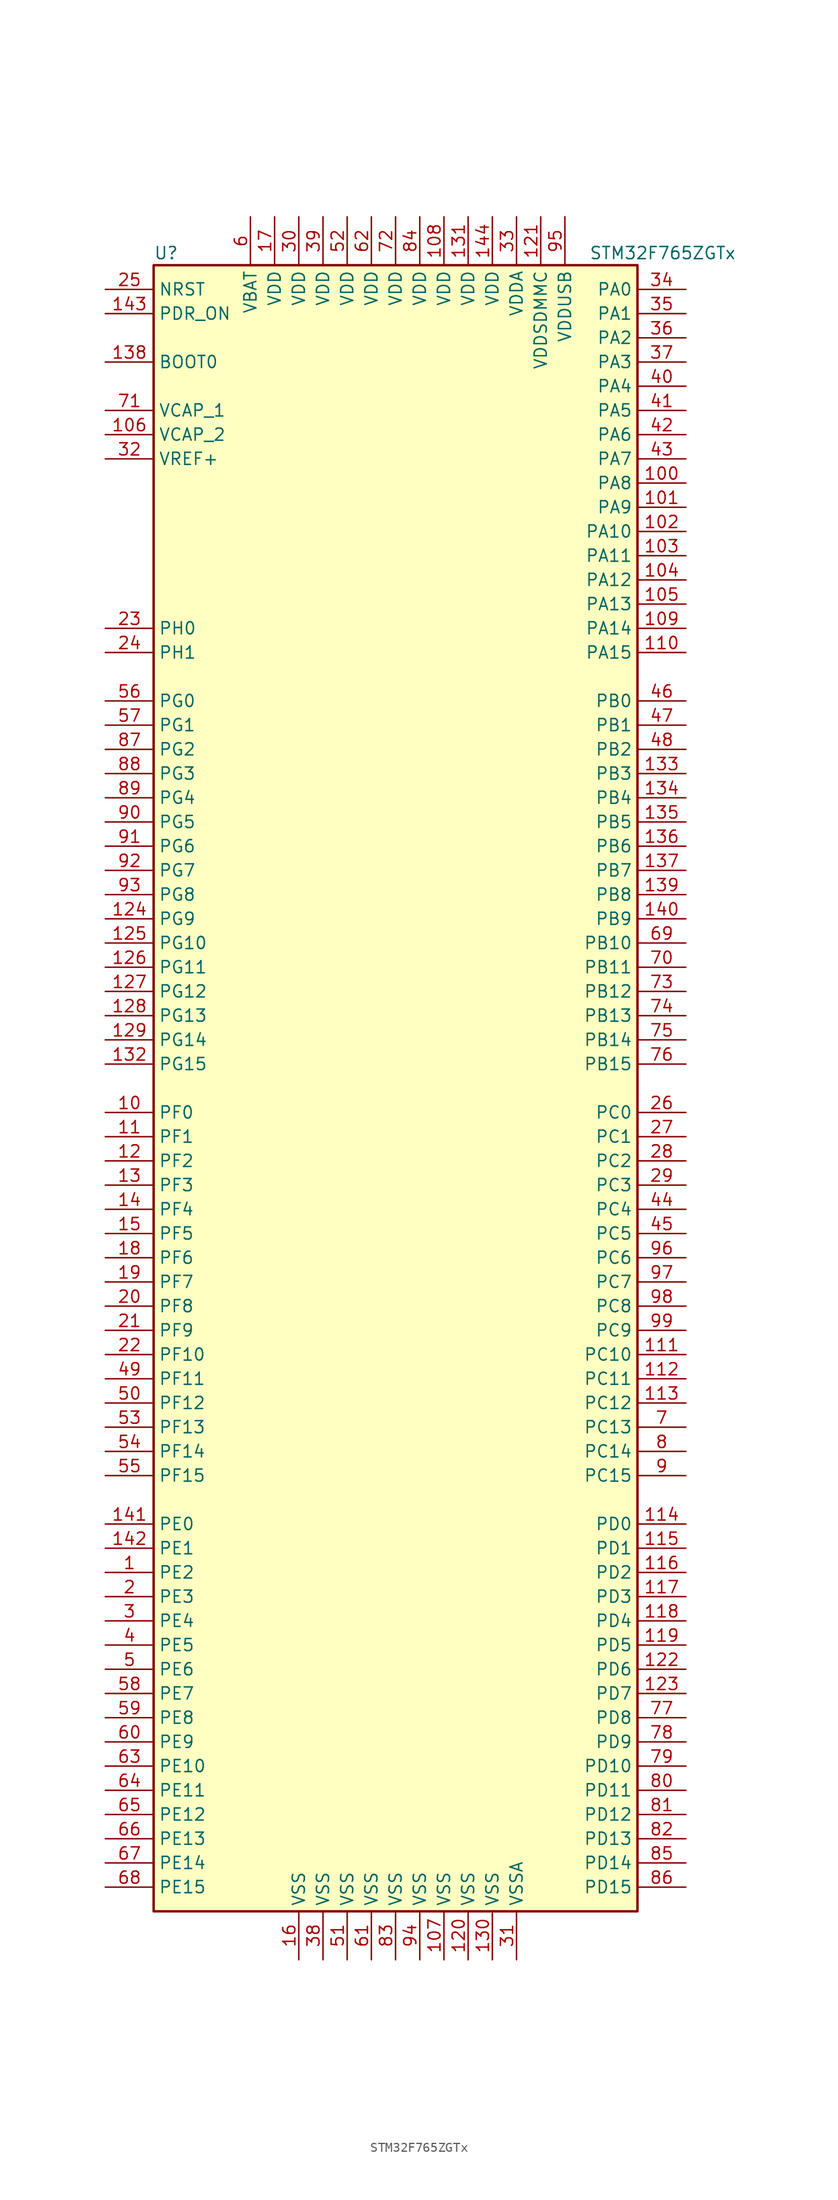
<source format=kicad_sym>
(kicad_symbol_lib
  (version 20220914)
  (generator kicad_symbol_editor)
  (symbol "STM32F765ZGTx"
    (property "Reference" "U"
      (at -25.4 87.63 0)
      (effects (font (size 1.27 1.27)) (justify left)))
    (property "Value" "STM32F765ZGTx"
      (at 20.32 87.63 0)
      (effects (font (size 1.27 1.27)) (justify left)))
    (symbol "STM32F765ZGTx_0_1"
      (rectangle (start -25.4 -86.36) (end 25.4 86.36) (stroke (width 0.254) (type default)) (fill (type background))))
    (symbol "STM32F765ZGTx_1_1"
      (pin bidirectional line (at -30.48 -50.8 0) (length 5.08) (name "PE2" (effects (font (size 1.27 1.27)))) (number "1" (effects (font (size 1.27 1.27)))))
      (pin bidirectional line (at -30.48 -2.54 0) (length 5.08) (name "PF0" (effects (font (size 1.27 1.27)))) (number "10" (effects (font (size 1.27 1.27)))))
      (pin bidirectional line (at 30.48 63.5 180) (length 5.08) (name "PA8" (effects (font (size 1.27 1.27)))) (number "100" (effects (font (size 1.27 1.27)))))
      (pin bidirectional line (at 30.48 60.96 180) (length 5.08) (name "PA9" (effects (font (size 1.27 1.27)))) (number "101" (effects (font (size 1.27 1.27)))))
      (pin bidirectional line (at 30.48 58.42 180) (length 5.08) (name "PA10" (effects (font (size 1.27 1.27)))) (number "102" (effects (font (size 1.27 1.27)))))
      (pin bidirectional line (at 30.48 55.88 180) (length 5.08) (name "PA11" (effects (font (size 1.27 1.27)))) (number "103" (effects (font (size 1.27 1.27)))))
      (pin bidirectional line (at 30.48 53.34 180) (length 5.08) (name "PA12" (effects (font (size 1.27 1.27)))) (number "104" (effects (font (size 1.27 1.27)))))
      (pin bidirectional line (at 30.48 50.8 180) (length 5.08) (name "PA13" (effects (font (size 1.27 1.27)))) (number "105" (effects (font (size 1.27 1.27)))))
      (pin power_in line (at -30.48 68.58 0) (length 5.08) (name "VCAP_2" (effects (font (size 1.27 1.27)))) (number "106" (effects (font (size 1.27 1.27)))))
      (pin power_in line (at 5.08 -91.44 90) (length 5.08) (name "VSS" (effects (font (size 1.27 1.27)))) (number "107" (effects (font (size 1.27 1.27)))))
      (pin power_in line (at 5.08 91.44 270) (length 5.08) (name "VDD" (effects (font (size 1.27 1.27)))) (number "108" (effects (font (size 1.27 1.27)))))
      (pin bidirectional line (at 30.48 48.26 180) (length 5.08) (name "PA14" (effects (font (size 1.27 1.27)))) (number "109" (effects (font (size 1.27 1.27)))))
      (pin bidirectional line (at -30.48 -5.08 0) (length 5.08) (name "PF1" (effects (font (size 1.27 1.27)))) (number "11" (effects (font (size 1.27 1.27)))))
      (pin bidirectional line (at 30.48 45.72 180) (length 5.08) (name "PA15" (effects (font (size 1.27 1.27)))) (number "110" (effects (font (size 1.27 1.27)))))
      (pin bidirectional line (at 30.48 -27.94 180) (length 5.08) (name "PC10" (effects (font (size 1.27 1.27)))) (number "111" (effects (font (size 1.27 1.27)))))
      (pin bidirectional line (at 30.48 -30.48 180) (length 5.08) (name "PC11" (effects (font (size 1.27 1.27)))) (number "112" (effects (font (size 1.27 1.27)))))
      (pin bidirectional line (at 30.48 -33.02 180) (length 5.08) (name "PC12" (effects (font (size 1.27 1.27)))) (number "113" (effects (font (size 1.27 1.27)))))
      (pin bidirectional line (at 30.48 -45.72 180) (length 5.08) (name "PD0" (effects (font (size 1.27 1.27)))) (number "114" (effects (font (size 1.27 1.27)))))
      (pin bidirectional line (at 30.48 -48.26 180) (length 5.08) (name "PD1" (effects (font (size 1.27 1.27)))) (number "115" (effects (font (size 1.27 1.27)))))
      (pin bidirectional line (at 30.48 -50.8 180) (length 5.08) (name "PD2" (effects (font (size 1.27 1.27)))) (number "116" (effects (font (size 1.27 1.27)))))
      (pin bidirectional line (at 30.48 -53.34 180) (length 5.08) (name "PD3" (effects (font (size 1.27 1.27)))) (number "117" (effects (font (size 1.27 1.27)))))
      (pin bidirectional line (at 30.48 -55.88 180) (length 5.08) (name "PD4" (effects (font (size 1.27 1.27)))) (number "118" (effects (font (size 1.27 1.27)))))
      (pin bidirectional line (at 30.48 -58.42 180) (length 5.08) (name "PD5" (effects (font (size 1.27 1.27)))) (number "119" (effects (font (size 1.27 1.27)))))
      (pin bidirectional line (at -30.48 -7.62 0) (length 5.08) (name "PF2" (effects (font (size 1.27 1.27)))) (number "12" (effects (font (size 1.27 1.27)))))
      (pin power_in line (at 7.62 -91.44 90) (length 5.08) (name "VSS" (effects (font (size 1.27 1.27)))) (number "120" (effects (font (size 1.27 1.27)))))
      (pin power_in line (at 15.24 91.44 270) (length 5.08) (name "VDDSDMMC" (effects (font (size 1.27 1.27)))) (number "121" (effects (font (size 1.27 1.27)))))
      (pin bidirectional line (at 30.48 -60.96 180) (length 5.08) (name "PD6" (effects (font (size 1.27 1.27)))) (number "122" (effects (font (size 1.27 1.27)))))
      (pin bidirectional line (at 30.48 -63.5 180) (length 5.08) (name "PD7" (effects (font (size 1.27 1.27)))) (number "123" (effects (font (size 1.27 1.27)))))
      (pin bidirectional line (at -30.48 17.78 0) (length 5.08) (name "PG9" (effects (font (size 1.27 1.27)))) (number "124" (effects (font (size 1.27 1.27)))))
      (pin bidirectional line (at -30.48 15.24 0) (length 5.08) (name "PG10" (effects (font (size 1.27 1.27)))) (number "125" (effects (font (size 1.27 1.27)))))
      (pin bidirectional line (at -30.48 12.7 0) (length 5.08) (name "PG11" (effects (font (size 1.27 1.27)))) (number "126" (effects (font (size 1.27 1.27)))))
      (pin bidirectional line (at -30.48 10.16 0) (length 5.08) (name "PG12" (effects (font (size 1.27 1.27)))) (number "127" (effects (font (size 1.27 1.27)))))
      (pin bidirectional line (at -30.48 7.62 0) (length 5.08) (name "PG13" (effects (font (size 1.27 1.27)))) (number "128" (effects (font (size 1.27 1.27)))))
      (pin bidirectional line (at -30.48 5.08 0) (length 5.08) (name "PG14" (effects (font (size 1.27 1.27)))) (number "129" (effects (font (size 1.27 1.27)))))
      (pin bidirectional line (at -30.48 -10.16 0) (length 5.08) (name "PF3" (effects (font (size 1.27 1.27)))) (number "13" (effects (font (size 1.27 1.27)))))
      (pin power_in line (at 10.16 -91.44 90) (length 5.08) (name "VSS" (effects (font (size 1.27 1.27)))) (number "130" (effects (font (size 1.27 1.27)))))
      (pin power_in line (at 7.62 91.44 270) (length 5.08) (name "VDD" (effects (font (size 1.27 1.27)))) (number "131" (effects (font (size 1.27 1.27)))))
      (pin bidirectional line (at -30.48 2.54 0) (length 5.08) (name "PG15" (effects (font (size 1.27 1.27)))) (number "132" (effects (font (size 1.27 1.27)))))
      (pin bidirectional line (at 30.48 33.02 180) (length 5.08) (name "PB3" (effects (font (size 1.27 1.27)))) (number "133" (effects (font (size 1.27 1.27)))))
      (pin bidirectional line (at 30.48 30.48 180) (length 5.08) (name "PB4" (effects (font (size 1.27 1.27)))) (number "134" (effects (font (size 1.27 1.27)))))
      (pin bidirectional line (at 30.48 27.94 180) (length 5.08) (name "PB5" (effects (font (size 1.27 1.27)))) (number "135" (effects (font (size 1.27 1.27)))))
      (pin bidirectional line (at 30.48 25.4 180) (length 5.08) (name "PB6" (effects (font (size 1.27 1.27)))) (number "136" (effects (font (size 1.27 1.27)))))
      (pin bidirectional line (at 30.48 22.86 180) (length 5.08) (name "PB7" (effects (font (size 1.27 1.27)))) (number "137" (effects (font (size 1.27 1.27)))))
      (pin input line (at -30.48 76.2 0) (length 5.08) (name "BOOT0" (effects (font (size 1.27 1.27)))) (number "138" (effects (font (size 1.27 1.27)))))
      (pin bidirectional line (at 30.48 20.32 180) (length 5.08) (name "PB8" (effects (font (size 1.27 1.27)))) (number "139" (effects (font (size 1.27 1.27)))))
      (pin bidirectional line (at -30.48 -12.7 0) (length 5.08) (name "PF4" (effects (font (size 1.27 1.27)))) (number "14" (effects (font (size 1.27 1.27)))))
      (pin bidirectional line (at 30.48 17.78 180) (length 5.08) (name "PB9" (effects (font (size 1.27 1.27)))) (number "140" (effects (font (size 1.27 1.27)))))
      (pin bidirectional line (at -30.48 -45.72 0) (length 5.08) (name "PE0" (effects (font (size 1.27 1.27)))) (number "141" (effects (font (size 1.27 1.27)))))
      (pin bidirectional line (at -30.48 -48.26 0) (length 5.08) (name "PE1" (effects (font (size 1.27 1.27)))) (number "142" (effects (font (size 1.27 1.27)))))
      (pin input line (at -30.48 81.28 0) (length 5.08) (name "PDR_ON" (effects (font (size 1.27 1.27)))) (number "143" (effects (font (size 1.27 1.27)))))
      (pin power_in line (at 10.16 91.44 270) (length 5.08) (name "VDD" (effects (font (size 1.27 1.27)))) (number "144" (effects (font (size 1.27 1.27)))))
      (pin bidirectional line (at -30.48 -15.24 0) (length 5.08) (name "PF5" (effects (font (size 1.27 1.27)))) (number "15" (effects (font (size 1.27 1.27)))))
      (pin power_in line (at -10.16 -91.44 90) (length 5.08) (name "VSS" (effects (font (size 1.27 1.27)))) (number "16" (effects (font (size 1.27 1.27)))))
      (pin power_in line (at -12.7 91.44 270) (length 5.08) (name "VDD" (effects (font (size 1.27 1.27)))) (number "17" (effects (font (size 1.27 1.27)))))
      (pin bidirectional line (at -30.48 -17.78 0) (length 5.08) (name "PF6" (effects (font (size 1.27 1.27)))) (number "18" (effects (font (size 1.27 1.27)))))
      (pin bidirectional line (at -30.48 -20.32 0) (length 5.08) (name "PF7" (effects (font (size 1.27 1.27)))) (number "19" (effects (font (size 1.27 1.27)))))
      (pin bidirectional line (at -30.48 -53.34 0) (length 5.08) (name "PE3" (effects (font (size 1.27 1.27)))) (number "2" (effects (font (size 1.27 1.27)))))
      (pin bidirectional line (at -30.48 -22.86 0) (length 5.08) (name "PF8" (effects (font (size 1.27 1.27)))) (number "20" (effects (font (size 1.27 1.27)))))
      (pin bidirectional line (at -30.48 -25.4 0) (length 5.08) (name "PF9" (effects (font (size 1.27 1.27)))) (number "21" (effects (font (size 1.27 1.27)))))
      (pin bidirectional line (at -30.48 -27.94 0) (length 5.08) (name "PF10" (effects (font (size 1.27 1.27)))) (number "22" (effects (font (size 1.27 1.27)))))
      (pin input line (at -30.48 48.26 0) (length 5.08) (name "PH0" (effects (font (size 1.27 1.27)))) (number "23" (effects (font (size 1.27 1.27)))))
      (pin input line (at -30.48 45.72 0) (length 5.08) (name "PH1" (effects (font (size 1.27 1.27)))) (number "24" (effects (font (size 1.27 1.27)))))
      (pin input line (at -30.48 83.82 0) (length 5.08) (name "NRST" (effects (font (size 1.27 1.27)))) (number "25" (effects (font (size 1.27 1.27)))))
      (pin bidirectional line (at 30.48 -2.54 180) (length 5.08) (name "PC0" (effects (font (size 1.27 1.27)))) (number "26" (effects (font (size 1.27 1.27)))))
      (pin bidirectional line (at 30.48 -5.08 180) (length 5.08) (name "PC1" (effects (font (size 1.27 1.27)))) (number "27" (effects (font (size 1.27 1.27)))))
      (pin bidirectional line (at 30.48 -7.62 180) (length 5.08) (name "PC2" (effects (font (size 1.27 1.27)))) (number "28" (effects (font (size 1.27 1.27)))))
      (pin bidirectional line (at 30.48 -10.16 180) (length 5.08) (name "PC3" (effects (font (size 1.27 1.27)))) (number "29" (effects (font (size 1.27 1.27)))))
      (pin bidirectional line (at -30.48 -55.88 0) (length 5.08) (name "PE4" (effects (font (size 1.27 1.27)))) (number "3" (effects (font (size 1.27 1.27)))))
      (pin power_in line (at -10.16 91.44 270) (length 5.08) (name "VDD" (effects (font (size 1.27 1.27)))) (number "30" (effects (font (size 1.27 1.27)))))
      (pin power_in line (at 12.7 -91.44 90) (length 5.08) (name "VSSA" (effects (font (size 1.27 1.27)))) (number "31" (effects (font (size 1.27 1.27)))))
      (pin power_in line (at -30.48 66.04 0) (length 5.08) (name "VREF+" (effects (font (size 1.27 1.27)))) (number "32" (effects (font (size 1.27 1.27)))))
      (pin power_in line (at 12.7 91.44 270) (length 5.08) (name "VDDA" (effects (font (size 1.27 1.27)))) (number "33" (effects (font (size 1.27 1.27)))))
      (pin bidirectional line (at 30.48 83.82 180) (length 5.08) (name "PA0" (effects (font (size 1.27 1.27)))) (number "34" (effects (font (size 1.27 1.27)))))
      (pin bidirectional line (at 30.48 81.28 180) (length 5.08) (name "PA1" (effects (font (size 1.27 1.27)))) (number "35" (effects (font (size 1.27 1.27)))))
      (pin bidirectional line (at 30.48 78.74 180) (length 5.08) (name "PA2" (effects (font (size 1.27 1.27)))) (number "36" (effects (font (size 1.27 1.27)))))
      (pin bidirectional line (at 30.48 76.2 180) (length 5.08) (name "PA3" (effects (font (size 1.27 1.27)))) (number "37" (effects (font (size 1.27 1.27)))))
      (pin power_in line (at -7.62 -91.44 90) (length 5.08) (name "VSS" (effects (font (size 1.27 1.27)))) (number "38" (effects (font (size 1.27 1.27)))))
      (pin power_in line (at -7.62 91.44 270) (length 5.08) (name "VDD" (effects (font (size 1.27 1.27)))) (number "39" (effects (font (size 1.27 1.27)))))
      (pin bidirectional line (at -30.48 -58.42 0) (length 5.08) (name "PE5" (effects (font (size 1.27 1.27)))) (number "4" (effects (font (size 1.27 1.27)))))
      (pin bidirectional line (at 30.48 73.66 180) (length 5.08) (name "PA4" (effects (font (size 1.27 1.27)))) (number "40" (effects (font (size 1.27 1.27)))))
      (pin bidirectional line (at 30.48 71.12 180) (length 5.08) (name "PA5" (effects (font (size 1.27 1.27)))) (number "41" (effects (font (size 1.27 1.27)))))
      (pin bidirectional line (at 30.48 68.58 180) (length 5.08) (name "PA6" (effects (font (size 1.27 1.27)))) (number "42" (effects (font (size 1.27 1.27)))))
      (pin bidirectional line (at 30.48 66.04 180) (length 5.08) (name "PA7" (effects (font (size 1.27 1.27)))) (number "43" (effects (font (size 1.27 1.27)))))
      (pin bidirectional line (at 30.48 -12.7 180) (length 5.08) (name "PC4" (effects (font (size 1.27 1.27)))) (number "44" (effects (font (size 1.27 1.27)))))
      (pin bidirectional line (at 30.48 -15.24 180) (length 5.08) (name "PC5" (effects (font (size 1.27 1.27)))) (number "45" (effects (font (size 1.27 1.27)))))
      (pin bidirectional line (at 30.48 40.64 180) (length 5.08) (name "PB0" (effects (font (size 1.27 1.27)))) (number "46" (effects (font (size 1.27 1.27)))))
      (pin bidirectional line (at 30.48 38.1 180) (length 5.08) (name "PB1" (effects (font (size 1.27 1.27)))) (number "47" (effects (font (size 1.27 1.27)))))
      (pin bidirectional line (at 30.48 35.56 180) (length 5.08) (name "PB2" (effects (font (size 1.27 1.27)))) (number "48" (effects (font (size 1.27 1.27)))))
      (pin bidirectional line (at -30.48 -30.48 0) (length 5.08) (name "PF11" (effects (font (size 1.27 1.27)))) (number "49" (effects (font (size 1.27 1.27)))))
      (pin bidirectional line (at -30.48 -60.96 0) (length 5.08) (name "PE6" (effects (font (size 1.27 1.27)))) (number "5" (effects (font (size 1.27 1.27)))))
      (pin bidirectional line (at -30.48 -33.02 0) (length 5.08) (name "PF12" (effects (font (size 1.27 1.27)))) (number "50" (effects (font (size 1.27 1.27)))))
      (pin power_in line (at -5.08 -91.44 90) (length 5.08) (name "VSS" (effects (font (size 1.27 1.27)))) (number "51" (effects (font (size 1.27 1.27)))))
      (pin power_in line (at -5.08 91.44 270) (length 5.08) (name "VDD" (effects (font (size 1.27 1.27)))) (number "52" (effects (font (size 1.27 1.27)))))
      (pin bidirectional line (at -30.48 -35.56 0) (length 5.08) (name "PF13" (effects (font (size 1.27 1.27)))) (number "53" (effects (font (size 1.27 1.27)))))
      (pin bidirectional line (at -30.48 -38.1 0) (length 5.08) (name "PF14" (effects (font (size 1.27 1.27)))) (number "54" (effects (font (size 1.27 1.27)))))
      (pin bidirectional line (at -30.48 -40.64 0) (length 5.08) (name "PF15" (effects (font (size 1.27 1.27)))) (number "55" (effects (font (size 1.27 1.27)))))
      (pin bidirectional line (at -30.48 40.64 0) (length 5.08) (name "PG0" (effects (font (size 1.27 1.27)))) (number "56" (effects (font (size 1.27 1.27)))))
      (pin bidirectional line (at -30.48 38.1 0) (length 5.08) (name "PG1" (effects (font (size 1.27 1.27)))) (number "57" (effects (font (size 1.27 1.27)))))
      (pin bidirectional line (at -30.48 -63.5 0) (length 5.08) (name "PE7" (effects (font (size 1.27 1.27)))) (number "58" (effects (font (size 1.27 1.27)))))
      (pin bidirectional line (at -30.48 -66.04 0) (length 5.08) (name "PE8" (effects (font (size 1.27 1.27)))) (number "59" (effects (font (size 1.27 1.27)))))
      (pin power_in line (at -15.24 91.44 270) (length 5.08) (name "VBAT" (effects (font (size 1.27 1.27)))) (number "6" (effects (font (size 1.27 1.27)))))
      (pin bidirectional line (at -30.48 -68.58 0) (length 5.08) (name "PE9" (effects (font (size 1.27 1.27)))) (number "60" (effects (font (size 1.27 1.27)))))
      (pin power_in line (at -2.54 -91.44 90) (length 5.08) (name "VSS" (effects (font (size 1.27 1.27)))) (number "61" (effects (font (size 1.27 1.27)))))
      (pin power_in line (at -2.54 91.44 270) (length 5.08) (name "VDD" (effects (font (size 1.27 1.27)))) (number "62" (effects (font (size 1.27 1.27)))))
      (pin bidirectional line (at -30.48 -71.12 0) (length 5.08) (name "PE10" (effects (font (size 1.27 1.27)))) (number "63" (effects (font (size 1.27 1.27)))))
      (pin bidirectional line (at -30.48 -73.66 0) (length 5.08) (name "PE11" (effects (font (size 1.27 1.27)))) (number "64" (effects (font (size 1.27 1.27)))))
      (pin bidirectional line (at -30.48 -76.2 0) (length 5.08) (name "PE12" (effects (font (size 1.27 1.27)))) (number "65" (effects (font (size 1.27 1.27)))))
      (pin bidirectional line (at -30.48 -78.74 0) (length 5.08) (name "PE13" (effects (font (size 1.27 1.27)))) (number "66" (effects (font (size 1.27 1.27)))))
      (pin bidirectional line (at -30.48 -81.28 0) (length 5.08) (name "PE14" (effects (font (size 1.27 1.27)))) (number "67" (effects (font (size 1.27 1.27)))))
      (pin bidirectional line (at -30.48 -83.82 0) (length 5.08) (name "PE15" (effects (font (size 1.27 1.27)))) (number "68" (effects (font (size 1.27 1.27)))))
      (pin bidirectional line (at 30.48 15.24 180) (length 5.08) (name "PB10" (effects (font (size 1.27 1.27)))) (number "69" (effects (font (size 1.27 1.27)))))
      (pin bidirectional line (at 30.48 -35.56 180) (length 5.08) (name "PC13" (effects (font (size 1.27 1.27)))) (number "7" (effects (font (size 1.27 1.27)))))
      (pin bidirectional line (at 30.48 12.7 180) (length 5.08) (name "PB11" (effects (font (size 1.27 1.27)))) (number "70" (effects (font (size 1.27 1.27)))))
      (pin power_in line (at -30.48 71.12 0) (length 5.08) (name "VCAP_1" (effects (font (size 1.27 1.27)))) (number "71" (effects (font (size 1.27 1.27)))))
      (pin power_in line (at 0 91.44 270) (length 5.08) (name "VDD" (effects (font (size 1.27 1.27)))) (number "72" (effects (font (size 1.27 1.27)))))
      (pin bidirectional line (at 30.48 10.16 180) (length 5.08) (name "PB12" (effects (font (size 1.27 1.27)))) (number "73" (effects (font (size 1.27 1.27)))))
      (pin bidirectional line (at 30.48 7.62 180) (length 5.08) (name "PB13" (effects (font (size 1.27 1.27)))) (number "74" (effects (font (size 1.27 1.27)))))
      (pin bidirectional line (at 30.48 5.08 180) (length 5.08) (name "PB14" (effects (font (size 1.27 1.27)))) (number "75" (effects (font (size 1.27 1.27)))))
      (pin bidirectional line (at 30.48 2.54 180) (length 5.08) (name "PB15" (effects (font (size 1.27 1.27)))) (number "76" (effects (font (size 1.27 1.27)))))
      (pin bidirectional line (at 30.48 -66.04 180) (length 5.08) (name "PD8" (effects (font (size 1.27 1.27)))) (number "77" (effects (font (size 1.27 1.27)))))
      (pin bidirectional line (at 30.48 -68.58 180) (length 5.08) (name "PD9" (effects (font (size 1.27 1.27)))) (number "78" (effects (font (size 1.27 1.27)))))
      (pin bidirectional line (at 30.48 -71.12 180) (length 5.08) (name "PD10" (effects (font (size 1.27 1.27)))) (number "79" (effects (font (size 1.27 1.27)))))
      (pin bidirectional line (at 30.48 -38.1 180) (length 5.08) (name "PC14" (effects (font (size 1.27 1.27)))) (number "8" (effects (font (size 1.27 1.27)))))
      (pin bidirectional line (at 30.48 -73.66 180) (length 5.08) (name "PD11" (effects (font (size 1.27 1.27)))) (number "80" (effects (font (size 1.27 1.27)))))
      (pin bidirectional line (at 30.48 -76.2 180) (length 5.08) (name "PD12" (effects (font (size 1.27 1.27)))) (number "81" (effects (font (size 1.27 1.27)))))
      (pin bidirectional line (at 30.48 -78.74 180) (length 5.08) (name "PD13" (effects (font (size 1.27 1.27)))) (number "82" (effects (font (size 1.27 1.27)))))
      (pin power_in line (at 0 -91.44 90) (length 5.08) (name "VSS" (effects (font (size 1.27 1.27)))) (number "83" (effects (font (size 1.27 1.27)))))
      (pin power_in line (at 2.54 91.44 270) (length 5.08) (name "VDD" (effects (font (size 1.27 1.27)))) (number "84" (effects (font (size 1.27 1.27)))))
      (pin bidirectional line (at 30.48 -81.28 180) (length 5.08) (name "PD14" (effects (font (size 1.27 1.27)))) (number "85" (effects (font (size 1.27 1.27)))))
      (pin bidirectional line (at 30.48 -83.82 180) (length 5.08) (name "PD15" (effects (font (size 1.27 1.27)))) (number "86" (effects (font (size 1.27 1.27)))))
      (pin bidirectional line (at -30.48 35.56 0) (length 5.08) (name "PG2" (effects (font (size 1.27 1.27)))) (number "87" (effects (font (size 1.27 1.27)))))
      (pin bidirectional line (at -30.48 33.02 0) (length 5.08) (name "PG3" (effects (font (size 1.27 1.27)))) (number "88" (effects (font (size 1.27 1.27)))))
      (pin bidirectional line (at -30.48 30.48 0) (length 5.08) (name "PG4" (effects (font (size 1.27 1.27)))) (number "89" (effects (font (size 1.27 1.27)))))
      (pin bidirectional line (at 30.48 -40.64 180) (length 5.08) (name "PC15" (effects (font (size 1.27 1.27)))) (number "9" (effects (font (size 1.27 1.27)))))
      (pin bidirectional line (at -30.48 27.94 0) (length 5.08) (name "PG5" (effects (font (size 1.27 1.27)))) (number "90" (effects (font (size 1.27 1.27)))))
      (pin bidirectional line (at -30.48 25.4 0) (length 5.08) (name "PG6" (effects (font (size 1.27 1.27)))) (number "91" (effects (font (size 1.27 1.27)))))
      (pin bidirectional line (at -30.48 22.86 0) (length 5.08) (name "PG7" (effects (font (size 1.27 1.27)))) (number "92" (effects (font (size 1.27 1.27)))))
      (pin bidirectional line (at -30.48 20.32 0) (length 5.08) (name "PG8" (effects (font (size 1.27 1.27)))) (number "93" (effects (font (size 1.27 1.27)))))
      (pin power_in line (at 2.54 -91.44 90) (length 5.08) (name "VSS" (effects (font (size 1.27 1.27)))) (number "94" (effects (font (size 1.27 1.27)))))
      (pin power_in line (at 17.78 91.44 270) (length 5.08) (name "VDDUSB" (effects (font (size 1.27 1.27)))) (number "95" (effects (font (size 1.27 1.27)))))
      (pin bidirectional line (at 30.48 -17.78 180) (length 5.08) (name "PC6" (effects (font (size 1.27 1.27)))) (number "96" (effects (font (size 1.27 1.27)))))
      (pin bidirectional line (at 30.48 -20.32 180) (length 5.08) (name "PC7" (effects (font (size 1.27 1.27)))) (number "97" (effects (font (size 1.27 1.27)))))
      (pin bidirectional line (at 30.48 -22.86 180) (length 5.08) (name "PC8" (effects (font (size 1.27 1.27)))) (number "98" (effects (font (size 1.27 1.27)))))
      (pin bidirectional line (at 30.48 -25.4 180) (length 5.08) (name "PC9" (effects (font (size 1.27 1.27)))) (number "99" (effects (font (size 1.27 1.27))))))))
</source>
